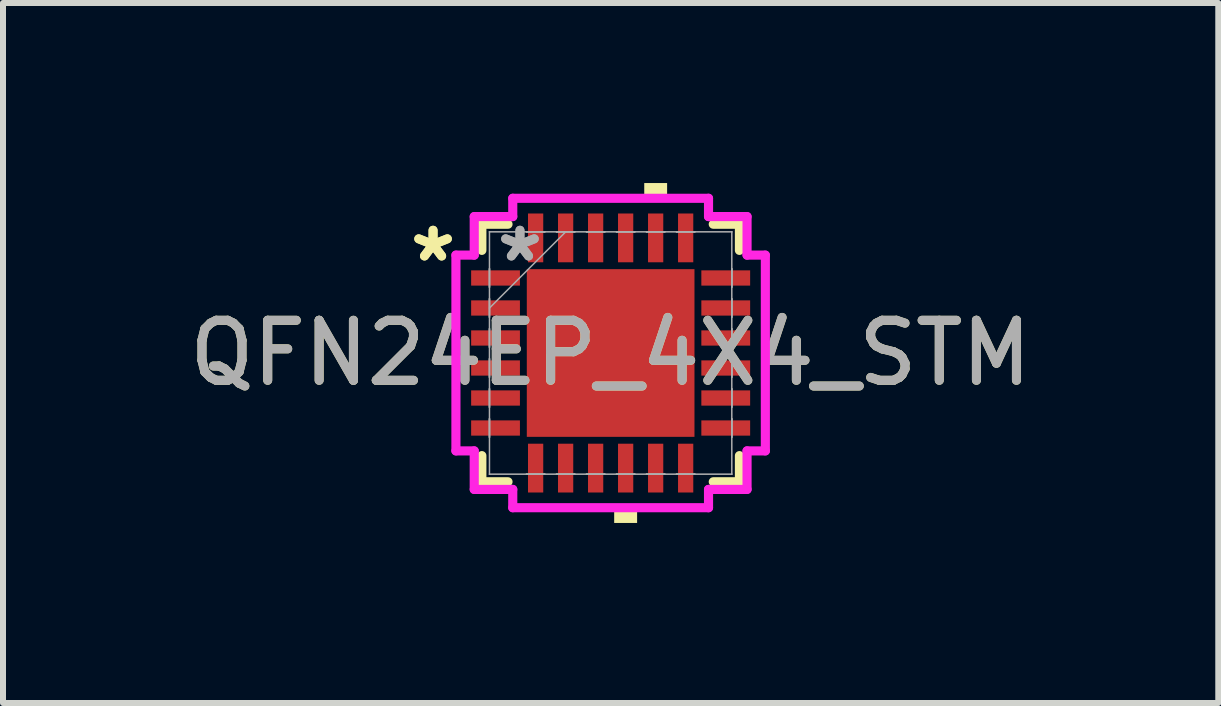
<source format=kicad_pcb>
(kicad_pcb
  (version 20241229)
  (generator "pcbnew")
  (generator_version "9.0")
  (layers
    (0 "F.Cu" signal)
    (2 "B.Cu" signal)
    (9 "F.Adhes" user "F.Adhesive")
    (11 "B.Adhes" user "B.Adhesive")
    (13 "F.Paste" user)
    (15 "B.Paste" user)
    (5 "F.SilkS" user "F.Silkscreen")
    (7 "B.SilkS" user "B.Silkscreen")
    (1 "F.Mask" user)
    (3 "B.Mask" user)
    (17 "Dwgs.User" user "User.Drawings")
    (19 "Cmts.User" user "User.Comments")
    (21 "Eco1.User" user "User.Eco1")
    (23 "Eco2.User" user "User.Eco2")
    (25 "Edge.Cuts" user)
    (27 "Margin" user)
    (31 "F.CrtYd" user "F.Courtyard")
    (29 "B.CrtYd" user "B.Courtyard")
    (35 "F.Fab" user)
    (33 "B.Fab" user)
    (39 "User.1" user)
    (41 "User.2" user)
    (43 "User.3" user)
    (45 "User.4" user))
  (footprint "QFN24EP_4X4_STM"
    (layer "F.Cu")
    (at 7.125 2.832)
    (property "Reference" "QFN24EP_4X4_STM" (at 0 0 0) (unlocked yes) (layer "F.SilkS") (effects (font (size 1 1) (thickness 0.15))))
    (attr smd)
    (fp_line (start -2.146 -2.146) (end -2.146 -1.71) (stroke (width 0.152) (type solid)) (layer "F.SilkS"))
    (fp_line (start -2.146 1.71) (end -2.146 2.146) (stroke (width 0.152) (type solid)) (layer "F.SilkS"))
    (fp_line (start -2.146 2.146) (end -1.71 2.146) (stroke (width 0.152) (type solid)) (layer "F.SilkS"))
    (fp_line (start -1.71 -2.146) (end -2.146 -2.146) (stroke (width 0.152) (type solid)) (layer "F.SilkS"))
    (fp_line (start 1.71 2.146) (end 2.146 2.146) (stroke (width 0.152) (type solid)) (layer "F.SilkS"))
    (fp_line (start 2.146 -2.146) (end 1.71 -2.146) (stroke (width 0.152) (type solid)) (layer "F.SilkS"))
    (fp_line (start 2.146 -1.71) (end 2.146 -2.146) (stroke (width 0.152) (type solid)) (layer "F.SilkS"))
    (fp_line (start 2.146 2.146) (end 2.146 1.71) (stroke (width 0.152) (type solid)) (layer "F.SilkS"))
    (fp_poly (pts (xy 0.059 2.578) (xy 0.059 2.832) (xy 0.441 2.832) (xy 0.441 2.578)) (stroke (width 0) (type solid)) (fill yes) (layer "F.SilkS"))
    (fp_poly (pts (xy 0.56 -2.578) (xy 0.56 -2.832) (xy 0.941 -2.832) (xy 0.941 -2.578)) (stroke (width 0) (type solid)) (fill yes) (layer "F.SilkS"))
    (fp_poly (pts (xy -1.297 -1.297) (xy -1.297 -0.1) (xy -0.1 -0.1) (xy -0.1 -1.297)) (stroke (width 0) (type solid)) (fill yes) (layer "F.Paste"))
    (fp_poly (pts (xy -1.297 0.1) (xy -1.297 1.297) (xy -0.1 1.297) (xy -0.1 0.1)) (stroke (width 0) (type solid)) (fill yes) (layer "F.Paste"))
    (fp_poly (pts (xy 0.1 -1.297) (xy 0.1 -0.1) (xy 1.297 -0.1) (xy 1.297 -1.297)) (stroke (width 0) (type solid)) (fill yes) (layer "F.Paste"))
    (fp_poly (pts (xy 0.1 0.1) (xy 0.1 1.297) (xy 1.297 1.297) (xy 1.297 0.1)) (stroke (width 0) (type solid)) (fill yes) (layer "F.Paste"))
    (fp_line (start -2.578 -1.631) (end -2.273 -1.631) (stroke (width 0.152) (type solid)) (layer "F.CrtYd"))
    (fp_line (start -2.578 1.631) (end -2.578 -1.631) (stroke (width 0.152) (type solid)) (layer "F.CrtYd"))
    (fp_line (start -2.273 -2.273) (end -1.631 -2.273) (stroke (width 0.152) (type solid)) (layer "F.CrtYd"))
    (fp_line (start -2.273 -1.631) (end -2.273 -2.273) (stroke (width 0.152) (type solid)) (layer "F.CrtYd"))
    (fp_line (start -2.273 1.631) (end -2.578 1.631) (stroke (width 0.152) (type solid)) (layer "F.CrtYd"))
    (fp_line (start -2.273 2.273) (end -2.273 1.631) (stroke (width 0.152) (type solid)) (layer "F.CrtYd"))
    (fp_line (start -1.631 -2.578) (end 1.631 -2.578) (stroke (width 0.152) (type solid)) (layer "F.CrtYd"))
    (fp_line (start -1.631 -2.273) (end -1.631 -2.578) (stroke (width 0.152) (type solid)) (layer "F.CrtYd"))
    (fp_line (start -1.631 2.273) (end -2.273 2.273) (stroke (width 0.152) (type solid)) (layer "F.CrtYd"))
    (fp_line (start -1.631 2.578) (end -1.631 2.273) (stroke (width 0.152) (type solid)) (layer "F.CrtYd"))
    (fp_line (start 1.631 -2.578) (end 1.631 -2.273) (stroke (width 0.152) (type solid)) (layer "F.CrtYd"))
    (fp_line (start 1.631 -2.273) (end 2.273 -2.273) (stroke (width 0.152) (type solid)) (layer "F.CrtYd"))
    (fp_line (start 1.631 2.273) (end 1.631 2.578) (stroke (width 0.152) (type solid)) (layer "F.CrtYd"))
    (fp_line (start 1.631 2.578) (end -1.631 2.578) (stroke (width 0.152) (type solid)) (layer "F.CrtYd"))
    (fp_line (start 2.273 -2.273) (end 2.273 -1.631) (stroke (width 0.152) (type solid)) (layer "F.CrtYd"))
    (fp_line (start 2.273 -1.631) (end 2.578 -1.631) (stroke (width 0.152) (type solid)) (layer "F.CrtYd"))
    (fp_line (start 2.273 1.631) (end 2.273 2.273) (stroke (width 0.152) (type solid)) (layer "F.CrtYd"))
    (fp_line (start 2.273 2.273) (end 1.631 2.273) (stroke (width 0.152) (type solid)) (layer "F.CrtYd"))
    (fp_line (start 2.578 -1.631) (end 2.578 1.631) (stroke (width 0.152) (type solid)) (layer "F.CrtYd"))
    (fp_line (start 2.578 1.631) (end 2.273 1.631) (stroke (width 0.152) (type solid)) (layer "F.CrtYd"))
    (fp_line (start -2.019 -2.019) (end -2.019 -2.019) (stroke (width 0.025) (type solid)) (layer "F.Fab"))
    (fp_line (start -2.019 -2.019) (end -2.019 2.019) (stroke (width 0.025) (type solid)) (layer "F.Fab"))
    (fp_line (start -2.019 -1.402) (end -2.019 -1.402) (stroke (width 0.025) (type solid)) (layer "F.Fab"))
    (fp_line (start -2.019 -1.402) (end -2.019 -1.098) (stroke (width 0.025) (type solid)) (layer "F.Fab"))
    (fp_line (start -2.019 -1.098) (end -2.019 -1.402) (stroke (width 0.025) (type solid)) (layer "F.Fab"))
    (fp_line (start -2.019 -1.098) (end -2.019 -1.098) (stroke (width 0.025) (type solid)) (layer "F.Fab"))
    (fp_line (start -2.019 -0.902) (end -2.019 -0.902) (stroke (width 0.025) (type solid)) (layer "F.Fab"))
    (fp_line (start -2.019 -0.902) (end -2.019 -0.598) (stroke (width 0.025) (type solid)) (layer "F.Fab"))
    (fp_line (start -2.019 -0.749) (end -0.749 -2.019) (stroke (width 0.025) (type solid)) (layer "F.Fab"))
    (fp_line (start -2.019 -0.598) (end -2.019 -0.902) (stroke (width 0.025) (type solid)) (layer "F.Fab"))
    (fp_line (start -2.019 -0.598) (end -2.019 -0.598) (stroke (width 0.025) (type solid)) (layer "F.Fab"))
    (fp_line (start -2.019 -0.402) (end -2.019 -0.402) (stroke (width 0.025) (type solid)) (layer "F.Fab"))
    (fp_line (start -2.019 -0.402) (end -2.019 -0.098) (stroke (width 0.025) (type solid)) (layer "F.Fab"))
    (fp_line (start -2.019 -0.098) (end -2.019 -0.402) (stroke (width 0.025) (type solid)) (layer "F.Fab"))
    (fp_line (start -2.019 -0.098) (end -2.019 -0.098) (stroke (width 0.025) (type solid)) (layer "F.Fab"))
    (fp_line (start -2.019 0.098) (end -2.019 0.098) (stroke (width 0.025) (type solid)) (layer "F.Fab"))
    (fp_line (start -2.019 0.098) (end -2.019 0.402) (stroke (width 0.025) (type solid)) (layer "F.Fab"))
    (fp_line (start -2.019 0.402) (end -2.019 0.098) (stroke (width 0.025) (type solid)) (layer "F.Fab"))
    (fp_line (start -2.019 0.402) (end -2.019 0.402) (stroke (width 0.025) (type solid)) (layer "F.Fab"))
    (fp_line (start -2.019 0.598) (end -2.019 0.598) (stroke (width 0.025) (type solid)) (layer "F.Fab"))
    (fp_line (start -2.019 0.598) (end -2.019 0.902) (stroke (width 0.025) (type solid)) (layer "F.Fab"))
    (fp_line (start -2.019 0.902) (end -2.019 0.598) (stroke (width 0.025) (type solid)) (layer "F.Fab"))
    (fp_line (start -2.019 0.902) (end -2.019 0.902) (stroke (width 0.025) (type solid)) (layer "F.Fab"))
    (fp_line (start -2.019 1.098) (end -2.019 1.098) (stroke (width 0.025) (type solid)) (layer "F.Fab"))
    (fp_line (start -2.019 1.098) (end -2.019 1.402) (stroke (width 0.025) (type solid)) (layer "F.Fab"))
    (fp_line (start -2.019 1.402) (end -2.019 1.098) (stroke (width 0.025) (type solid)) (layer "F.Fab"))
    (fp_line (start -2.019 1.402) (end -2.019 1.402) (stroke (width 0.025) (type solid)) (layer "F.Fab"))
    (fp_line (start -2.019 2.019) (end -2.019 2.019) (stroke (width 0.025) (type solid)) (layer "F.Fab"))
    (fp_line (start -2.019 2.019) (end 2.019 2.019) (stroke (width 0.025) (type solid)) (layer "F.Fab"))
    (fp_line (start -1.402 -2.019) (end -1.402 -2.019) (stroke (width 0.025) (type solid)) (layer "F.Fab"))
    (fp_line (start -1.402 -2.019) (end -1.098 -2.019) (stroke (width 0.025) (type solid)) (layer "F.Fab"))
    (fp_line (start -1.402 2.019) (end -1.402 2.019) (stroke (width 0.025) (type solid)) (layer "F.Fab"))
    (fp_line (start -1.402 2.019) (end -1.098 2.019) (stroke (width 0.025) (type solid)) (layer "F.Fab"))
    (fp_line (start -1.098 -2.019) (end -1.402 -2.019) (stroke (width 0.025) (type solid)) (layer "F.Fab"))
    (fp_line (start -1.098 -2.019) (end -1.098 -2.019) (stroke (width 0.025) (type solid)) (layer "F.Fab"))
    (fp_line (start -1.098 2.019) (end -1.402 2.019) (stroke (width 0.025) (type solid)) (layer "F.Fab"))
    (fp_line (start -1.098 2.019) (end -1.098 2.019) (stroke (width 0.025) (type solid)) (layer "F.Fab"))
    (fp_line (start -0.902 -2.019) (end -0.902 -2.019) (stroke (width 0.025) (type solid)) (layer "F.Fab"))
    (fp_line (start -0.902 -2.019) (end -0.598 -2.019) (stroke (width 0.025) (type solid)) (layer "F.Fab"))
    (fp_line (start -0.902 2.019) (end -0.902 2.019) (stroke (width 0.025) (type solid)) (layer "F.Fab"))
    (fp_line (start -0.902 2.019) (end -0.598 2.019) (stroke (width 0.025) (type solid)) (layer "F.Fab"))
    (fp_line (start -0.598 -2.019) (end -0.902 -2.019) (stroke (width 0.025) (type solid)) (layer "F.Fab"))
    (fp_line (start -0.598 -2.019) (end -0.598 -2.019) (stroke (width 0.025) (type solid)) (layer "F.Fab"))
    (fp_line (start -0.598 2.019) (end -0.902 2.019) (stroke (width 0.025) (type solid)) (layer "F.Fab"))
    (fp_line (start -0.598 2.019) (end -0.598 2.019) (stroke (width 0.025) (type solid)) (layer "F.Fab"))
    (fp_line (start -0.402 -2.019) (end -0.402 -2.019) (stroke (width 0.025) (type solid)) (layer "F.Fab"))
    (fp_line (start -0.402 -2.019) (end -0.098 -2.019) (stroke (width 0.025) (type solid)) (layer "F.Fab"))
    (fp_line (start -0.402 2.019) (end -0.402 2.019) (stroke (width 0.025) (type solid)) (layer "F.Fab"))
    (fp_line (start -0.402 2.019) (end -0.098 2.019) (stroke (width 0.025) (type solid)) (layer "F.Fab"))
    (fp_line (start -0.098 -2.019) (end -0.402 -2.019) (stroke (width 0.025) (type solid)) (layer "F.Fab"))
    (fp_line (start -0.098 -2.019) (end -0.098 -2.019) (stroke (width 0.025) (type solid)) (layer "F.Fab"))
    (fp_line (start -0.098 2.019) (end -0.402 2.019) (stroke (width 0.025) (type solid)) (layer "F.Fab"))
    (fp_line (start -0.098 2.019) (end -0.098 2.019) (stroke (width 0.025) (type solid)) (layer "F.Fab"))
    (fp_line (start 0.098 -2.019) (end 0.098 -2.019) (stroke (width 0.025) (type solid)) (layer "F.Fab"))
    (fp_line (start 0.098 -2.019) (end 0.402 -2.019) (stroke (width 0.025) (type solid)) (layer "F.Fab"))
    (fp_line (start 0.098 2.019) (end 0.098 2.019) (stroke (width 0.025) (type solid)) (layer "F.Fab"))
    (fp_line (start 0.098 2.019) (end 0.402 2.019) (stroke (width 0.025) (type solid)) (layer "F.Fab"))
    (fp_line (start 0.402 -2.019) (end 0.098 -2.019) (stroke (width 0.025) (type solid)) (layer "F.Fab"))
    (fp_line (start 0.402 -2.019) (end 0.402 -2.019) (stroke (width 0.025) (type solid)) (layer "F.Fab"))
    (fp_line (start 0.402 2.019) (end 0.098 2.019) (stroke (width 0.025) (type solid)) (layer "F.Fab"))
    (fp_line (start 0.402 2.019) (end 0.402 2.019) (stroke (width 0.025) (type solid)) (layer "F.Fab"))
    (fp_line (start 0.598 -2.019) (end 0.598 -2.019) (stroke (width 0.025) (type solid)) (layer "F.Fab"))
    (fp_line (start 0.598 -2.019) (end 0.902 -2.019) (stroke (width 0.025) (type solid)) (layer "F.Fab"))
    (fp_line (start 0.598 2.019) (end 0.598 2.019) (stroke (width 0.025) (type solid)) (layer "F.Fab"))
    (fp_line (start 0.598 2.019) (end 0.902 2.019) (stroke (width 0.025) (type solid)) (layer "F.Fab"))
    (fp_line (start 0.902 -2.019) (end 0.598 -2.019) (stroke (width 0.025) (type solid)) (layer "F.Fab"))
    (fp_line (start 0.902 -2.019) (end 0.902 -2.019) (stroke (width 0.025) (type solid)) (layer "F.Fab"))
    (fp_line (start 0.902 2.019) (end 0.598 2.019) (stroke (width 0.025) (type solid)) (layer "F.Fab"))
    (fp_line (start 0.902 2.019) (end 0.902 2.019) (stroke (width 0.025) (type solid)) (layer "F.Fab"))
    (fp_line (start 1.098 -2.019) (end 1.098 -2.019) (stroke (width 0.025) (type solid)) (layer "F.Fab"))
    (fp_line (start 1.098 -2.019) (end 1.402 -2.019) (stroke (width 0.025) (type solid)) (layer "F.Fab"))
    (fp_line (start 1.098 2.019) (end 1.098 2.019) (stroke (width 0.025) (type solid)) (layer "F.Fab"))
    (fp_line (start 1.098 2.019) (end 1.402 2.019) (stroke (width 0.025) (type solid)) (layer "F.Fab"))
    (fp_line (start 1.402 -2.019) (end 1.098 -2.019) (stroke (width 0.025) (type solid)) (layer "F.Fab"))
    (fp_line (start 1.402 -2.019) (end 1.402 -2.019) (stroke (width 0.025) (type solid)) (layer "F.Fab"))
    (fp_line (start 1.402 2.019) (end 1.098 2.019) (stroke (width 0.025) (type solid)) (layer "F.Fab"))
    (fp_line (start 1.402 2.019) (end 1.402 2.019) (stroke (width 0.025) (type solid)) (layer "F.Fab"))
    (fp_line (start 2.019 -2.019) (end -2.019 -2.019) (stroke (width 0.025) (type solid)) (layer "F.Fab"))
    (fp_line (start 2.019 -2.019) (end 2.019 -2.019) (stroke (width 0.025) (type solid)) (layer "F.Fab"))
    (fp_line (start 2.019 -1.402) (end 2.019 -1.402) (stroke (width 0.025) (type solid)) (layer "F.Fab"))
    (fp_line (start 2.019 -1.402) (end 2.019 -1.098) (stroke (width 0.025) (type solid)) (layer "F.Fab"))
    (fp_line (start 2.019 -1.098) (end 2.019 -1.402) (stroke (width 0.025) (type solid)) (layer "F.Fab"))
    (fp_line (start 2.019 -1.098) (end 2.019 -1.098) (stroke (width 0.025) (type solid)) (layer "F.Fab"))
    (fp_line (start 2.019 -0.902) (end 2.019 -0.902) (stroke (width 0.025) (type solid)) (layer "F.Fab"))
    (fp_line (start 2.019 -0.902) (end 2.019 -0.598) (stroke (width 0.025) (type solid)) (layer "F.Fab"))
    (fp_line (start 2.019 -0.598) (end 2.019 -0.902) (stroke (width 0.025) (type solid)) (layer "F.Fab"))
    (fp_line (start 2.019 -0.598) (end 2.019 -0.598) (stroke (width 0.025) (type solid)) (layer "F.Fab"))
    (fp_line (start 2.019 -0.402) (end 2.019 -0.402) (stroke (width 0.025) (type solid)) (layer "F.Fab"))
    (fp_line (start 2.019 -0.402) (end 2.019 -0.098) (stroke (width 0.025) (type solid)) (layer "F.Fab"))
    (fp_line (start 2.019 -0.098) (end 2.019 -0.402) (stroke (width 0.025) (type solid)) (layer "F.Fab"))
    (fp_line (start 2.019 -0.098) (end 2.019 -0.098) (stroke (width 0.025) (type solid)) (layer "F.Fab"))
    (fp_line (start 2.019 0.098) (end 2.019 0.098) (stroke (width 0.025) (type solid)) (layer "F.Fab"))
    (fp_line (start 2.019 0.098) (end 2.019 0.402) (stroke (width 0.025) (type solid)) (layer "F.Fab"))
    (fp_line (start 2.019 0.402) (end 2.019 0.098) (stroke (width 0.025) (type solid)) (layer "F.Fab"))
    (fp_line (start 2.019 0.402) (end 2.019 0.402) (stroke (width 0.025) (type solid)) (layer "F.Fab"))
    (fp_line (start 2.019 0.598) (end 2.019 0.598) (stroke (width 0.025) (type solid)) (layer "F.Fab"))
    (fp_line (start 2.019 0.598) (end 2.019 0.902) (stroke (width 0.025) (type solid)) (layer "F.Fab"))
    (fp_line (start 2.019 0.902) (end 2.019 0.598) (stroke (width 0.025) (type solid)) (layer "F.Fab"))
    (fp_line (start 2.019 0.902) (end 2.019 0.902) (stroke (width 0.025) (type solid)) (layer "F.Fab"))
    (fp_line (start 2.019 1.098) (end 2.019 1.098) (stroke (width 0.025) (type solid)) (layer "F.Fab"))
    (fp_line (start 2.019 1.098) (end 2.019 1.402) (stroke (width 0.025) (type solid)) (layer "F.Fab"))
    (fp_line (start 2.019 1.402) (end 2.019 1.098) (stroke (width 0.025) (type solid)) (layer "F.Fab"))
    (fp_line (start 2.019 1.402) (end 2.019 1.402) (stroke (width 0.025) (type solid)) (layer "F.Fab"))
    (fp_line (start 2.019 2.019) (end 2.019 -2.019) (stroke (width 0.025) (type solid)) (layer "F.Fab"))
    (fp_line (start 2.019 2.019) (end 2.019 2.019) (stroke (width 0.025) (type solid)) (layer "F.Fab"))
    (fp_text user "*" (at -2.959 -1.5 0) (unlocked yes) (layer "F.SilkS") (effects (font (size 1 1) (thickness 0.15))))
    (fp_text user "*" (at -2.959 -1.5 0) (layer "F.SilkS") (effects (font (size 1 1) (thickness 0.15))))
    (fp_text user "*" (at -1.511 -1.5 0) (unlocked yes) (layer "F.Fab") (effects (font (size 1 1) (thickness 0.15))))
    (fp_text user "*" (at -1.511 -1.5 0) (layer "F.Fab") (effects (font (size 1 1) (thickness 0.15))))
    (fp_text user "${REFERENCE}" (at 0 0 0) (unlocked yes) (layer "F.Fab") (effects (font (size 1 1) (thickness 0.15))))
    (pad "1" smd rect (at -1.918 -1.25 90) (size 0.254 0.813) (layers "F.Cu" "F.Mask" "F.Paste"))
    (pad "2" smd rect (at -1.918 -0.75 90) (size 0.254 0.813) (layers "F.Cu" "F.Mask" "F.Paste"))
    (pad "3" smd rect (at -1.918 -0.25 90) (size 0.254 0.813) (layers "F.Cu" "F.Mask" "F.Paste"))
    (pad "4" smd rect (at -1.918 0.25 90) (size 0.254 0.813) (layers "F.Cu" "F.Mask" "F.Paste"))
    (pad "5" smd rect (at -1.918 0.75 90) (size 0.254 0.813) (layers "F.Cu" "F.Mask" "F.Paste"))
    (pad "6" smd rect (at -1.918 1.25 90) (size 0.254 0.813) (layers "F.Cu" "F.Mask" "F.Paste"))
    (pad "7" smd rect (at -1.25 1.918) (size 0.254 0.813) (layers "F.Cu" "F.Mask" "F.Paste"))
    (pad "8" smd rect (at -0.75 1.918) (size 0.254 0.813) (layers "F.Cu" "F.Mask" "F.Paste"))
    (pad "9" smd rect (at -0.25 1.918) (size 0.254 0.813) (layers "F.Cu" "F.Mask" "F.Paste"))
    (pad "10" smd rect (at 0.25 1.918) (size 0.254 0.813) (layers "F.Cu" "F.Mask" "F.Paste"))
    (pad "11" smd rect (at 0.75 1.918) (size 0.254 0.813) (layers "F.Cu" "F.Mask" "F.Paste"))
    (pad "12" smd rect (at 1.25 1.918) (size 0.254 0.813) (layers "F.Cu" "F.Mask" "F.Paste"))
    (pad "13" smd rect (at 1.918 1.25 90) (size 0.254 0.813) (layers "F.Cu" "F.Mask" "F.Paste"))
    (pad "14" smd rect (at 1.918 0.75 90) (size 0.254 0.813) (layers "F.Cu" "F.Mask" "F.Paste"))
    (pad "15" smd rect (at 1.918 0.25 90) (size 0.254 0.813) (layers "F.Cu" "F.Mask" "F.Paste"))
    (pad "16" smd rect (at 1.918 -0.25 90) (size 0.254 0.813) (layers "F.Cu" "F.Mask" "F.Paste"))
    (pad "17" smd rect (at 1.918 -0.75 90) (size 0.254 0.813) (layers "F.Cu" "F.Mask" "F.Paste"))
    (pad "18" smd rect (at 1.918 -1.25 90) (size 0.254 0.813) (layers "F.Cu" "F.Mask" "F.Paste"))
    (pad "19" smd rect (at 1.25 -1.918) (size 0.254 0.813) (layers "F.Cu" "F.Mask" "F.Paste"))
    (pad "20" smd rect (at 0.75 -1.918) (size 0.254 0.813) (layers "F.Cu" "F.Mask" "F.Paste"))
    (pad "21" smd rect (at 0.25 -1.918) (size 0.254 0.813) (layers "F.Cu" "F.Mask" "F.Paste"))
    (pad "22" smd rect (at -0.25 -1.918) (size 0.254 0.813) (layers "F.Cu" "F.Mask" "F.Paste"))
    (pad "23" smd rect (at -0.75 -1.918) (size 0.254 0.813) (layers "F.Cu" "F.Mask" "F.Paste"))
    (pad "24" smd rect (at -1.25 -1.918) (size 0.254 0.813) (layers "F.Cu" "F.Mask" "F.Paste"))
    (pad "25" smd rect (at 0 0) (size 2.794 2.794) (layers "F.Cu" "F.Mask" "F.Paste")))
  (gr_rect
    (start -3 -3)
    (end 17.25 8.664)
    (stroke (width 0.1) (type default))
    (fill no)
    (layer "Edge.Cuts")))
</source>
